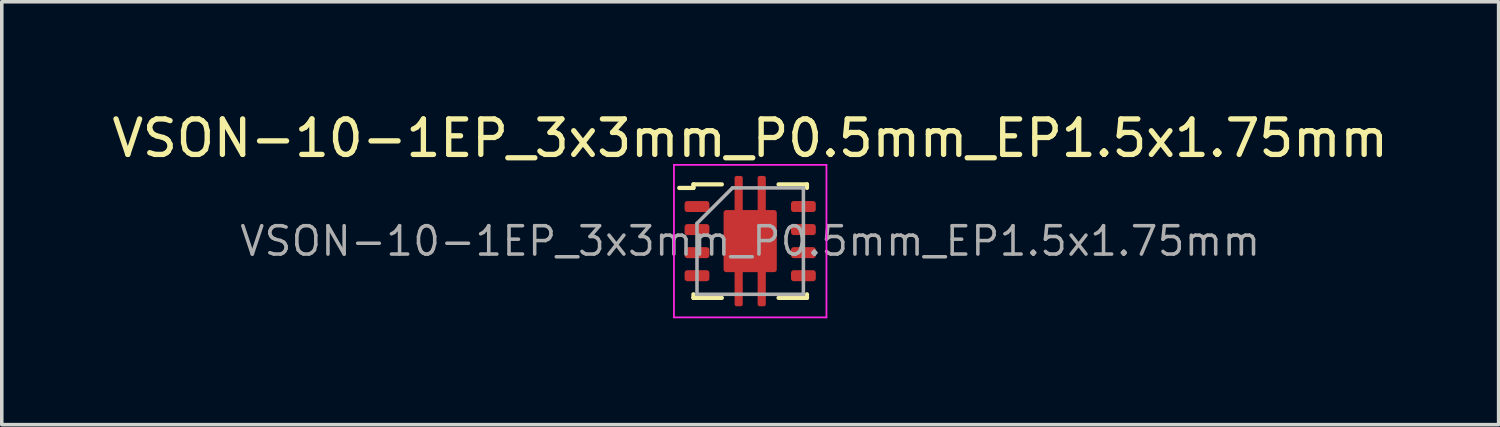
<source format=kicad_pcb>
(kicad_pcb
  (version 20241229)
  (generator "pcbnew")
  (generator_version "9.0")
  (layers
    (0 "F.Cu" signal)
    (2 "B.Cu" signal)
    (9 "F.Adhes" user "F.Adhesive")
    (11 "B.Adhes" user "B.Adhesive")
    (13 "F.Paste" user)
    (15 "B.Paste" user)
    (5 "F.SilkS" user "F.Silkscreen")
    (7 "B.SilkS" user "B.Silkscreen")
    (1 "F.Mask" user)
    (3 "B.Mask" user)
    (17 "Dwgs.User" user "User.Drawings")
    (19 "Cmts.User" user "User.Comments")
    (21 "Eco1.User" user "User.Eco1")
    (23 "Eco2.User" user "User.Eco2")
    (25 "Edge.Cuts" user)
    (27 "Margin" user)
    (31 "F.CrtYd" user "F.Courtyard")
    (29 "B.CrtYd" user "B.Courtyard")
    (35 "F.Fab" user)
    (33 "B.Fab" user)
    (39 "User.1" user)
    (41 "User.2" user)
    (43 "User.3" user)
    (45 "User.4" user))
  (footprint "VSON-10-1EP_3x3mm_P0.5mm_EP1.5x1.75mm"
    (layer "F.Cu")
    (at 18.101 3.748)
    (property "Reference" "VSON-10-1EP_3x3mm_P0.5mm_EP1.5x1.75mm" (at 0 -2.9 0) (layer "F.SilkS") (effects (font (size 1 1) (thickness 0.15))))
    (attr smd)
    (fp_line (start -1.6 -1.6) (end -1.6 -1.5) (stroke (width 0.12) (type solid)) (layer "F.SilkS"))
    (fp_line (start -1.6 -1.5) (end -2 -1.5) (stroke (width 0.12) (type solid)) (layer "F.SilkS"))
    (fp_line (start -1.6 1.5) (end -1.6 1.6) (stroke (width 0.12) (type solid)) (layer "F.SilkS"))
    (fp_line (start -1.6 1.6) (end -0.8 1.6) (stroke (width 0.12) (type solid)) (layer "F.SilkS"))
    (fp_line (start -0.8 -1.6) (end -1.6 -1.6) (stroke (width 0.12) (type solid)) (layer "F.SilkS"))
    (fp_line (start 0.8 -1.6) (end 1.6 -1.6) (stroke (width 0.12) (type solid)) (layer "F.SilkS"))
    (fp_line (start 0.8 1.6) (end 1.6 1.6) (stroke (width 0.12) (type solid)) (layer "F.SilkS"))
    (fp_line (start 1.6 -1.6) (end 1.6 -1.5) (stroke (width 0.12) (type solid)) (layer "F.SilkS"))
    (fp_line (start 1.6 1.6) (end 1.6 1.5) (stroke (width 0.12) (type solid)) (layer "F.SilkS"))
    (fp_line (start -2.15 -2.15) (end 2.15 -2.15) (stroke (width 0.05) (type solid)) (layer "F.CrtYd"))
    (fp_line (start -2.15 2.15) (end -2.15 -2.15) (stroke (width 0.05) (type solid)) (layer "F.CrtYd"))
    (fp_line (start 2.15 -2.15) (end 2.15 2.15) (stroke (width 0.05) (type solid)) (layer "F.CrtYd"))
    (fp_line (start 2.15 2.15) (end -2.15 2.15) (stroke (width 0.05) (type solid)) (layer "F.CrtYd"))
    (fp_line (start -1.5 -0.5) (end -1.5 1.5) (stroke (width 0.1) (type solid)) (layer "F.Fab"))
    (fp_line (start -1.5 -0.5) (end -0.5 -1.5) (stroke (width 0.1) (type solid)) (layer "F.Fab"))
    (fp_line (start -1.5 1.5) (end 1.5 1.5) (stroke (width 0.1) (type solid)) (layer "F.Fab"))
    (fp_line (start -0.5 -1.5) (end 1.5 -1.5) (stroke (width 0.1) (type solid)) (layer "F.Fab"))
    (fp_line (start 1.5 -1.5) (end 1.5 1.5) (stroke (width 0.1) (type solid)) (layer "F.Fab"))
    (fp_text user "${REFERENCE}" (at 0 0 0) (layer "F.Fab") (effects (font (size 0.8 0.8) (thickness 0.1))))
    (pad "" smd rect (at -0.412 0) (size 0.64 0.64) (layers "F.Paste"))
    (pad "" smd rect (at 0.412 0) (size 0.64 0.64) (layers "F.Paste"))
    (pad "1" smd roundrect (at -1.5 -0.975) (size 0.7 0.31) (layers "F.Cu" "F.Mask" "F.Paste") (roundrect_rratio 0.25))
    (pad "2" smd roundrect (at -1.5 -0.325) (size 0.7 0.31) (layers "F.Cu" "F.Mask" "F.Paste") (roundrect_rratio 0.25))
    (pad "3" smd roundrect (at -1.5 0.325) (size 0.7 0.31) (layers "F.Cu" "F.Mask" "F.Paste") (roundrect_rratio 0.25))
    (pad "4" smd roundrect (at -1.5 0.975) (size 0.7 0.31) (layers "F.Cu" "F.Mask" "F.Paste") (roundrect_rratio 0.25))
    (pad "5" smd roundrect (at 1.5 0.975) (size 0.7 0.31) (layers "F.Cu" "F.Mask" "F.Paste") (roundrect_rratio 0.25))
    (pad "6" smd roundrect (at 1.5 0.325) (size 0.7 0.31) (layers "F.Cu" "F.Mask" "F.Paste") (roundrect_rratio 0.25))
    (pad "7" smd roundrect (at 1.5 -0.325) (size 0.7 0.31) (layers "F.Cu" "F.Mask" "F.Paste") (roundrect_rratio 0.25))
    (pad "8" smd roundrect (at 1.5 -0.975) (size 0.7 0.31) (layers "F.Cu" "F.Mask" "F.Paste") (roundrect_rratio 0.25))
    (pad "9" smd roundrect (at -0.325 -1.3) (size 0.23 1.075) (layers "F.Cu" "F.Mask" "F.Paste") (roundrect_rratio 0.25))
    (pad "9" smd roundrect (at -0.325 1.3) (size 0.23 1.075) (layers "F.Cu" "F.Mask" "F.Paste") (roundrect_rratio 0.25))
    (pad "9" smd roundrect (at 0 0) (size 1.5 1.75) (layers "F.Cu" "F.Mask") (roundrect_rratio 0.05))
    (pad "9" smd roundrect (at 0.325 -1.3) (size 0.23 1.075) (layers "F.Cu" "F.Mask" "F.Paste") (roundrect_rratio 0.25))
    (pad "9" smd roundrect (at 0.325 1.3) (size 0.23 1.075) (layers "F.Cu" "F.Mask" "F.Paste") (roundrect_rratio 0.25)))
  (gr_rect
    (start -3 -3)
    (end 39.202 8.923)
    (stroke (width 0.1) (type default))
    (fill no)
    (layer "Edge.Cuts")))
</source>
